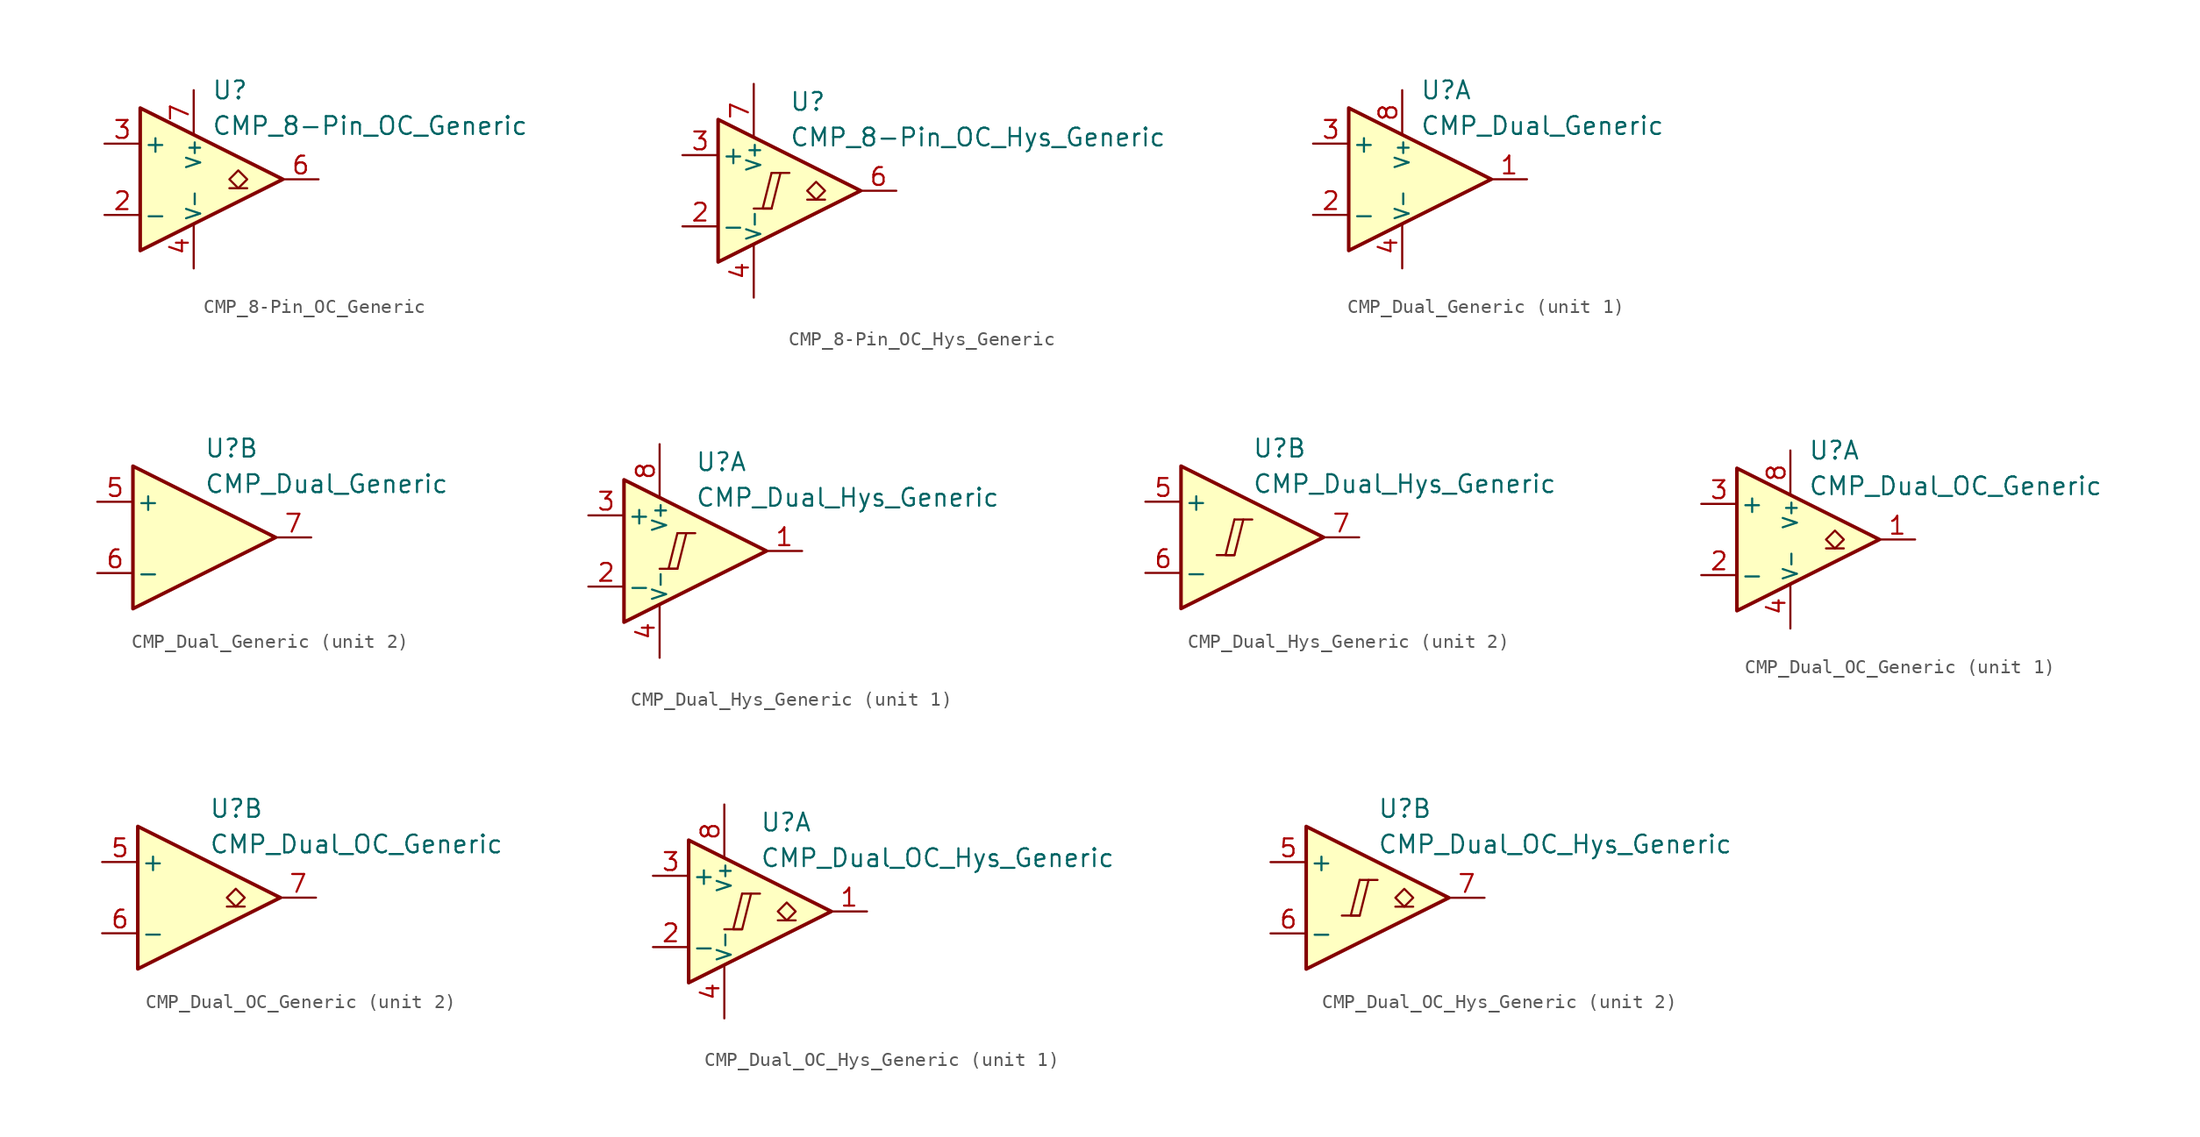
<source format=kicad_sym>
(kicad_symbol_lib
  (version 20211014)
  (generator kicad_symbol_editor)
  (symbol "CMP_8-Pin_OC_Generic"
    (pin_names
      (offset 0.2))
    (property "Reference" "U"
      (at 1.27 6.35 0)
      (effects (font (size 1.27 1.27)) (justify left)))
    (property "Value" "CMP_8-Pin_OC_Generic"
      (at 1.27 3.81 0)
      (effects (font (size 1.27 1.27)) (justify left)))
    (symbol "CMP_8-Pin_OC_Generic_0_1"
      (polyline (pts (xy -3.81 5.08) (xy -3.81 -5.08) (xy 6.35 0) (xy -3.81 5.08)) (stroke (width 0.254) (type default) (color 0 0 0 0)) (fill (type background))))
    (symbol "CMP_8-Pin_OC_Generic_1_1"
      (polyline (pts (xy 3.81 -0.635) (xy 2.54 -0.635)) (stroke (width 0.152) (type default) (color 0 0 0 0)) (fill (type none)))
      (polyline (pts (xy 3.175 -0.635) (xy 2.54 0) (xy 3.175 0.635) (xy 3.81 0) (xy 3.175 -0.635)) (stroke (width 0.152) (type default) (color 0 0 0 0)) (fill (type none)))
      (pin no_connect line (at -1.27 -2.54 90) (length 2.54) hide (name "NC" (effects (font (size 1.27 1.27)))) (number "1" (effects (font (size 1.27 1.27)))))
      (pin input line (at -6.35 -2.54 0) (length 2.54) (name "-" (effects (font (size 1.27 1.27)))) (number "2" (effects (font (size 1.27 1.27)))))
      (pin input line (at -6.35 2.54 0) (length 2.54) (name "+" (effects (font (size 1.27 1.27)))) (number "3" (effects (font (size 1.27 1.27)))))
      (pin power_in line (at 0 -6.35 90) (length 3.18) (name "V-" (effects (font (size 1 1)))) (number "4" (effects (font (size 1.27 1.27)))))
      (pin no_connect line (at -1.27 2.54 270) (length 2.54) hide (name "NC" (effects (font (size 1.27 1.27)))) (number "5" (effects (font (size 1.27 1.27)))))
      (pin open_collector line (at 8.89 0 180) (length 2.54) (name "~" (effects (font (size 1.27 1.27)))) (number "6" (effects (font (size 1.27 1.27)))))
      (pin power_in line (at 0 6.35 270) (length 3.18) (name "V+" (effects (font (size 1 1)))) (number "7" (effects (font (size 1.27 1.27)))))
      (pin no_connect line (at 1.27 -1.27 90) (length 2.54) hide (name "NC" (effects (font (size 1.27 1.27)))) (number "8" (effects (font (size 1.27 1.27)))))))
  (symbol "CMP_8-Pin_OC_Hys_Generic"
    (pin_names
      (offset 0.2))
    (property "Reference" "U"
      (at 1.27 6.35 0)
      (effects (font (size 1.27 1.27)) (justify left)))
    (property "Value" "CMP_8-Pin_OC_Hys_Generic"
      (at 1.27 3.81 0)
      (effects (font (size 1.27 1.27)) (justify left)))
    (symbol "CMP_8-Pin_OC_Hys_Generic_0_0"
      (polyline (pts (xy -1.27 -1.27) (xy 0 -1.27)) (stroke (width 0.152) (type default) (color 0 0 0 0)) (fill (type none)))
      (polyline (pts (xy 0 1.27) (xy 1.27 1.27)) (stroke (width 0.152) (type default) (color 0 0 0 0)) (fill (type none)))
      (polyline (pts (xy 0 1.27) (xy -0.635 -1.27) (xy 0 -1.27) (xy 0.635 1.27)) (stroke (width 0.152) (type default) (color 0 0 0 0)) (fill (type none))))
    (symbol "CMP_8-Pin_OC_Hys_Generic_0_1"
      (polyline (pts (xy -3.81 5.08) (xy -3.81 -5.08) (xy 6.35 0) (xy -3.81 5.08)) (stroke (width 0.254) (type default) (color 0 0 0 0)) (fill (type background))))
    (symbol "CMP_8-Pin_OC_Hys_Generic_1_1"
      (polyline (pts (xy 3.81 -0.635) (xy 2.54 -0.635)) (stroke (width 0.152) (type default) (color 0 0 0 0)) (fill (type none)))
      (polyline (pts (xy 3.175 -0.635) (xy 2.54 0) (xy 3.175 0.635) (xy 3.81 0) (xy 3.175 -0.635)) (stroke (width 0.152) (type default) (color 0 0 0 0)) (fill (type none)))
      (pin no_connect line (at 0 -2.54 90) (length 2.54) hide (name "NC" (effects (font (size 1.27 1.27)))) (number "1" (effects (font (size 1.27 1.27)))))
      (pin input line (at -6.35 -2.54 0) (length 2.54) (name "-" (effects (font (size 1.27 1.27)))) (number "2" (effects (font (size 1.27 1.27)))))
      (pin input line (at -6.35 2.54 0) (length 2.54) (name "+" (effects (font (size 1.27 1.27)))) (number "3" (effects (font (size 1.27 1.27)))))
      (pin power_in line (at -1.27 -7.62 90) (length 3.81) (name "V-" (effects (font (size 1 1)))) (number "4" (effects (font (size 1.27 1.27)))))
      (pin no_connect line (at 0 2.54 270) (length 2.54) hide (name "NC" (effects (font (size 1.27 1.27)))) (number "5" (effects (font (size 1.27 1.27)))))
      (pin open_collector line (at 8.89 0 180) (length 2.54) (name "~" (effects (font (size 1.27 1.27)))) (number "6" (effects (font (size 1.27 1.27)))))
      (pin power_in line (at -1.27 7.62 270) (length 3.81) (name "V+" (effects (font (size 1 1)))) (number "7" (effects (font (size 1.27 1.27)))))
      (pin no_connect line (at 1.27 -1.27 90) (length 2.54) hide (name "NC" (effects (font (size 1.27 1.27)))) (number "8" (effects (font (size 1.27 1.27)))))))
  (symbol "CMP_Dual_Generic"
    (pin_names
      (offset 0.2))
    (property "Reference" "U"
      (at 1.27 6.35 0)
      (effects (font (size 1.27 1.27)) (justify left)))
    (property "Value" "CMP_Dual_Generic"
      (at 1.27 3.81 0)
      (effects (font (size 1.27 1.27)) (justify left)))
    (property "ki_locked" ""
      (at 0 0 0)
      (effects (font (size 1.27 1.27))))
    (symbol "CMP_Dual_Generic_0_1"
      (polyline (pts (xy -3.81 5.08) (xy -3.81 -5.08) (xy 6.35 0) (xy -3.81 5.08)) (stroke (width 0.254) (type default) (color 0 0 0 0)) (fill (type background))))
    (symbol "CMP_Dual_Generic_1_1"
      (pin output line (at 8.89 0 180) (length 2.54) (name "~" (effects (font (size 1.27 1.27)))) (number "1" (effects (font (size 1.27 1.27)))))
      (pin input line (at -6.35 -2.54 0) (length 2.54) (name "-" (effects (font (size 1.27 1.27)))) (number "2" (effects (font (size 1.27 1.27)))))
      (pin input line (at -6.35 2.54 0) (length 2.54) (name "+" (effects (font (size 1.27 1.27)))) (number "3" (effects (font (size 1.27 1.27)))))
      (pin power_in line (at 0 -6.35 90) (length 3.18) (name "V-" (effects (font (size 1 1)))) (number "4" (effects (font (size 1.27 1.27)))))
      (pin power_in line (at 0 6.35 270) (length 3.18) (name "V+" (effects (font (size 1 1)))) (number "8" (effects (font (size 1.27 1.27))))))
    (symbol "CMP_Dual_Generic_2_1"
      (pin input line (at -6.35 2.54 0) (length 2.54) (name "+" (effects (font (size 1.27 1.27)))) (number "5" (effects (font (size 1.27 1.27)))))
      (pin input line (at -6.35 -2.54 0) (length 2.54) (name "-" (effects (font (size 1.27 1.27)))) (number "6" (effects (font (size 1.27 1.27)))))
      (pin output line (at 8.89 0 180) (length 2.54) (name "~" (effects (font (size 1.27 1.27)))) (number "7" (effects (font (size 1.27 1.27)))))))
  (symbol "CMP_Dual_Hys_Generic"
    (pin_names
      (offset 0.2))
    (property "Reference" "U"
      (at 1.27 6.35 0)
      (effects (font (size 1.27 1.27)) (justify left)))
    (property "Value" "CMP_Dual_Hys_Generic"
      (at 1.27 3.81 0)
      (effects (font (size 1.27 1.27)) (justify left)))
    (property "ki_locked" ""
      (at 0 0 0)
      (effects (font (size 1.27 1.27))))
    (symbol "CMP_Dual_Hys_Generic_0_0"
      (polyline (pts (xy -1.27 -1.27) (xy 0 -1.27)) (stroke (width 0.152) (type default) (color 0 0 0 0)) (fill (type none)))
      (polyline (pts (xy 0 1.27) (xy 1.27 1.27)) (stroke (width 0.152) (type default) (color 0 0 0 0)) (fill (type none)))
      (polyline (pts (xy 0 1.27) (xy -0.635 -1.27) (xy 0 -1.27) (xy 0.635 1.27)) (stroke (width 0.152) (type default) (color 0 0 0 0)) (fill (type none))))
    (symbol "CMP_Dual_Hys_Generic_0_1"
      (polyline (pts (xy -3.81 5.08) (xy -3.81 -5.08) (xy 6.35 0) (xy -3.81 5.08)) (stroke (width 0.254) (type default) (color 0 0 0 0)) (fill (type background))))
    (symbol "CMP_Dual_Hys_Generic_1_1"
      (pin output line (at 8.89 0 180) (length 2.54) (name "~" (effects (font (size 1.27 1.27)))) (number "1" (effects (font (size 1.27 1.27)))))
      (pin input line (at -6.35 -2.54 0) (length 2.54) (name "-" (effects (font (size 1.27 1.27)))) (number "2" (effects (font (size 1.27 1.27)))))
      (pin input line (at -6.35 2.54 0) (length 2.54) (name "+" (effects (font (size 1.27 1.27)))) (number "3" (effects (font (size 1.27 1.27)))))
      (pin power_in line (at -1.27 -7.62 90) (length 3.81) (name "V-" (effects (font (size 1 1)))) (number "4" (effects (font (size 1.27 1.27)))))
      (pin power_in line (at -1.27 7.62 270) (length 3.81) (name "V+" (effects (font (size 1 1)))) (number "8" (effects (font (size 1.27 1.27))))))
    (symbol "CMP_Dual_Hys_Generic_2_1"
      (pin input line (at -6.35 2.54 0) (length 2.54) (name "+" (effects (font (size 1.27 1.27)))) (number "5" (effects (font (size 1.27 1.27)))))
      (pin input line (at -6.35 -2.54 0) (length 2.54) (name "-" (effects (font (size 1.27 1.27)))) (number "6" (effects (font (size 1.27 1.27)))))
      (pin output line (at 8.89 0 180) (length 2.54) (name "~" (effects (font (size 1.27 1.27)))) (number "7" (effects (font (size 1.27 1.27)))))))
  (symbol "CMP_Dual_OC_Generic"
    (pin_names
      (offset 0.2))
    (property "Reference" "U"
      (at 1.27 6.35 0)
      (effects (font (size 1.27 1.27)) (justify left)))
    (property "Value" "CMP_Dual_OC_Generic"
      (at 1.27 3.81 0)
      (effects (font (size 1.27 1.27)) (justify left)))
    (property "ki_locked" ""
      (at 0 0 0)
      (effects (font (size 1.27 1.27))))
    (symbol "CMP_Dual_OC_Generic_0_1"
      (polyline (pts (xy -3.81 5.08) (xy -3.81 -5.08) (xy 6.35 0) (xy -3.81 5.08)) (stroke (width 0.254) (type default) (color 0 0 0 0)) (fill (type background))))
    (symbol "CMP_Dual_OC_Generic_1_1"
      (polyline (pts (xy 3.81 -0.635) (xy 2.54 -0.635)) (stroke (width 0.152) (type default) (color 0 0 0 0)) (fill (type none)))
      (polyline (pts (xy 3.175 -0.635) (xy 2.54 0) (xy 3.175 0.635) (xy 3.81 0) (xy 3.175 -0.635)) (stroke (width 0.152) (type default) (color 0 0 0 0)) (fill (type none)))
      (pin open_collector line (at 8.89 0 180) (length 2.54) (name "~" (effects (font (size 1.27 1.27)))) (number "1" (effects (font (size 1.27 1.27)))))
      (pin input line (at -6.35 -2.54 0) (length 2.54) (name "-" (effects (font (size 1.27 1.27)))) (number "2" (effects (font (size 1.27 1.27)))))
      (pin input line (at -6.35 2.54 0) (length 2.54) (name "+" (effects (font (size 1.27 1.27)))) (number "3" (effects (font (size 1.27 1.27)))))
      (pin power_in line (at 0 -6.35 90) (length 3.18) (name "V-" (effects (font (size 1 1)))) (number "4" (effects (font (size 1.27 1.27)))))
      (pin power_in line (at 0 6.35 270) (length 3.18) (name "V+" (effects (font (size 1 1)))) (number "8" (effects (font (size 1.27 1.27))))))
    (symbol "CMP_Dual_OC_Generic_2_1"
      (polyline (pts (xy 3.81 -0.635) (xy 2.54 -0.635)) (stroke (width 0.152) (type default) (color 0 0 0 0)) (fill (type none)))
      (polyline (pts (xy 3.175 -0.635) (xy 2.54 0) (xy 3.175 0.635) (xy 3.81 0) (xy 3.175 -0.635)) (stroke (width 0.152) (type default) (color 0 0 0 0)) (fill (type none)))
      (pin input line (at -6.35 2.54 0) (length 2.54) (name "+" (effects (font (size 1.27 1.27)))) (number "5" (effects (font (size 1.27 1.27)))))
      (pin input line (at -6.35 -2.54 0) (length 2.54) (name "-" (effects (font (size 1.27 1.27)))) (number "6" (effects (font (size 1.27 1.27)))))
      (pin open_collector line (at 8.89 0 180) (length 2.54) (name "~" (effects (font (size 1.27 1.27)))) (number "7" (effects (font (size 1.27 1.27)))))))
  (symbol "CMP_Dual_OC_Hys_Generic"
    (pin_names
      (offset 0.2))
    (property "Reference" "U"
      (at 1.27 6.35 0)
      (effects (font (size 1.27 1.27)) (justify left)))
    (property "Value" "CMP_Dual_OC_Hys_Generic"
      (at 1.27 3.81 0)
      (effects (font (size 1.27 1.27)) (justify left)))
    (property "ki_locked" ""
      (at 0 0 0)
      (effects (font (size 1.27 1.27))))
    (symbol "CMP_Dual_OC_Hys_Generic_0_0"
      (polyline (pts (xy -1.27 -1.27) (xy 0 -1.27)) (stroke (width 0.152) (type default) (color 0 0 0 0)) (fill (type none)))
      (polyline (pts (xy 0 1.27) (xy 1.27 1.27)) (stroke (width 0.152) (type default) (color 0 0 0 0)) (fill (type none)))
      (polyline (pts (xy 0 1.27) (xy -0.635 -1.27) (xy 0 -1.27) (xy 0.635 1.27)) (stroke (width 0.152) (type default) (color 0 0 0 0)) (fill (type none))))
    (symbol "CMP_Dual_OC_Hys_Generic_0_1"
      (polyline (pts (xy -3.81 5.08) (xy -3.81 -5.08) (xy 6.35 0) (xy -3.81 5.08)) (stroke (width 0.254) (type default) (color 0 0 0 0)) (fill (type background))))
    (symbol "CMP_Dual_OC_Hys_Generic_1_1"
      (polyline (pts (xy 3.81 -0.635) (xy 2.54 -0.635)) (stroke (width 0.152) (type default) (color 0 0 0 0)) (fill (type none)))
      (polyline (pts (xy 3.175 -0.635) (xy 2.54 0) (xy 3.175 0.635) (xy 3.81 0) (xy 3.175 -0.635)) (stroke (width 0.152) (type default) (color 0 0 0 0)) (fill (type none)))
      (pin open_collector line (at 8.89 0 180) (length 2.54) (name "~" (effects (font (size 1.27 1.27)))) (number "1" (effects (font (size 1.27 1.27)))))
      (pin input line (at -6.35 -2.54 0) (length 2.54) (name "-" (effects (font (size 1.27 1.27)))) (number "2" (effects (font (size 1.27 1.27)))))
      (pin input line (at -6.35 2.54 0) (length 2.54) (name "+" (effects (font (size 1.27 1.27)))) (number "3" (effects (font (size 1.27 1.27)))))
      (pin power_in line (at -1.27 -7.62 90) (length 3.81) (name "V-" (effects (font (size 1 1)))) (number "4" (effects (font (size 1.27 1.27)))))
      (pin power_in line (at -1.27 7.62 270) (length 3.81) (name "V+" (effects (font (size 1 1)))) (number "8" (effects (font (size 1.27 1.27))))))
    (symbol "CMP_Dual_OC_Hys_Generic_2_1"
      (polyline (pts (xy 3.81 -0.635) (xy 2.54 -0.635)) (stroke (width 0.152) (type default) (color 0 0 0 0)) (fill (type none)))
      (polyline (pts (xy 3.175 -0.635) (xy 2.54 0) (xy 3.175 0.635) (xy 3.81 0) (xy 3.175 -0.635)) (stroke (width 0.152) (type default) (color 0 0 0 0)) (fill (type none)))
      (pin input line (at -6.35 2.54 0) (length 2.54) (name "+" (effects (font (size 1.27 1.27)))) (number "5" (effects (font (size 1.27 1.27)))))
      (pin input line (at -6.35 -2.54 0) (length 2.54) (name "-" (effects (font (size 1.27 1.27)))) (number "6" (effects (font (size 1.27 1.27)))))
      (pin open_collector line (at 8.89 0 180) (length 2.54) (name "~" (effects (font (size 1.27 1.27)))) (number "7" (effects (font (size 1.27 1.27))))))))
</source>
